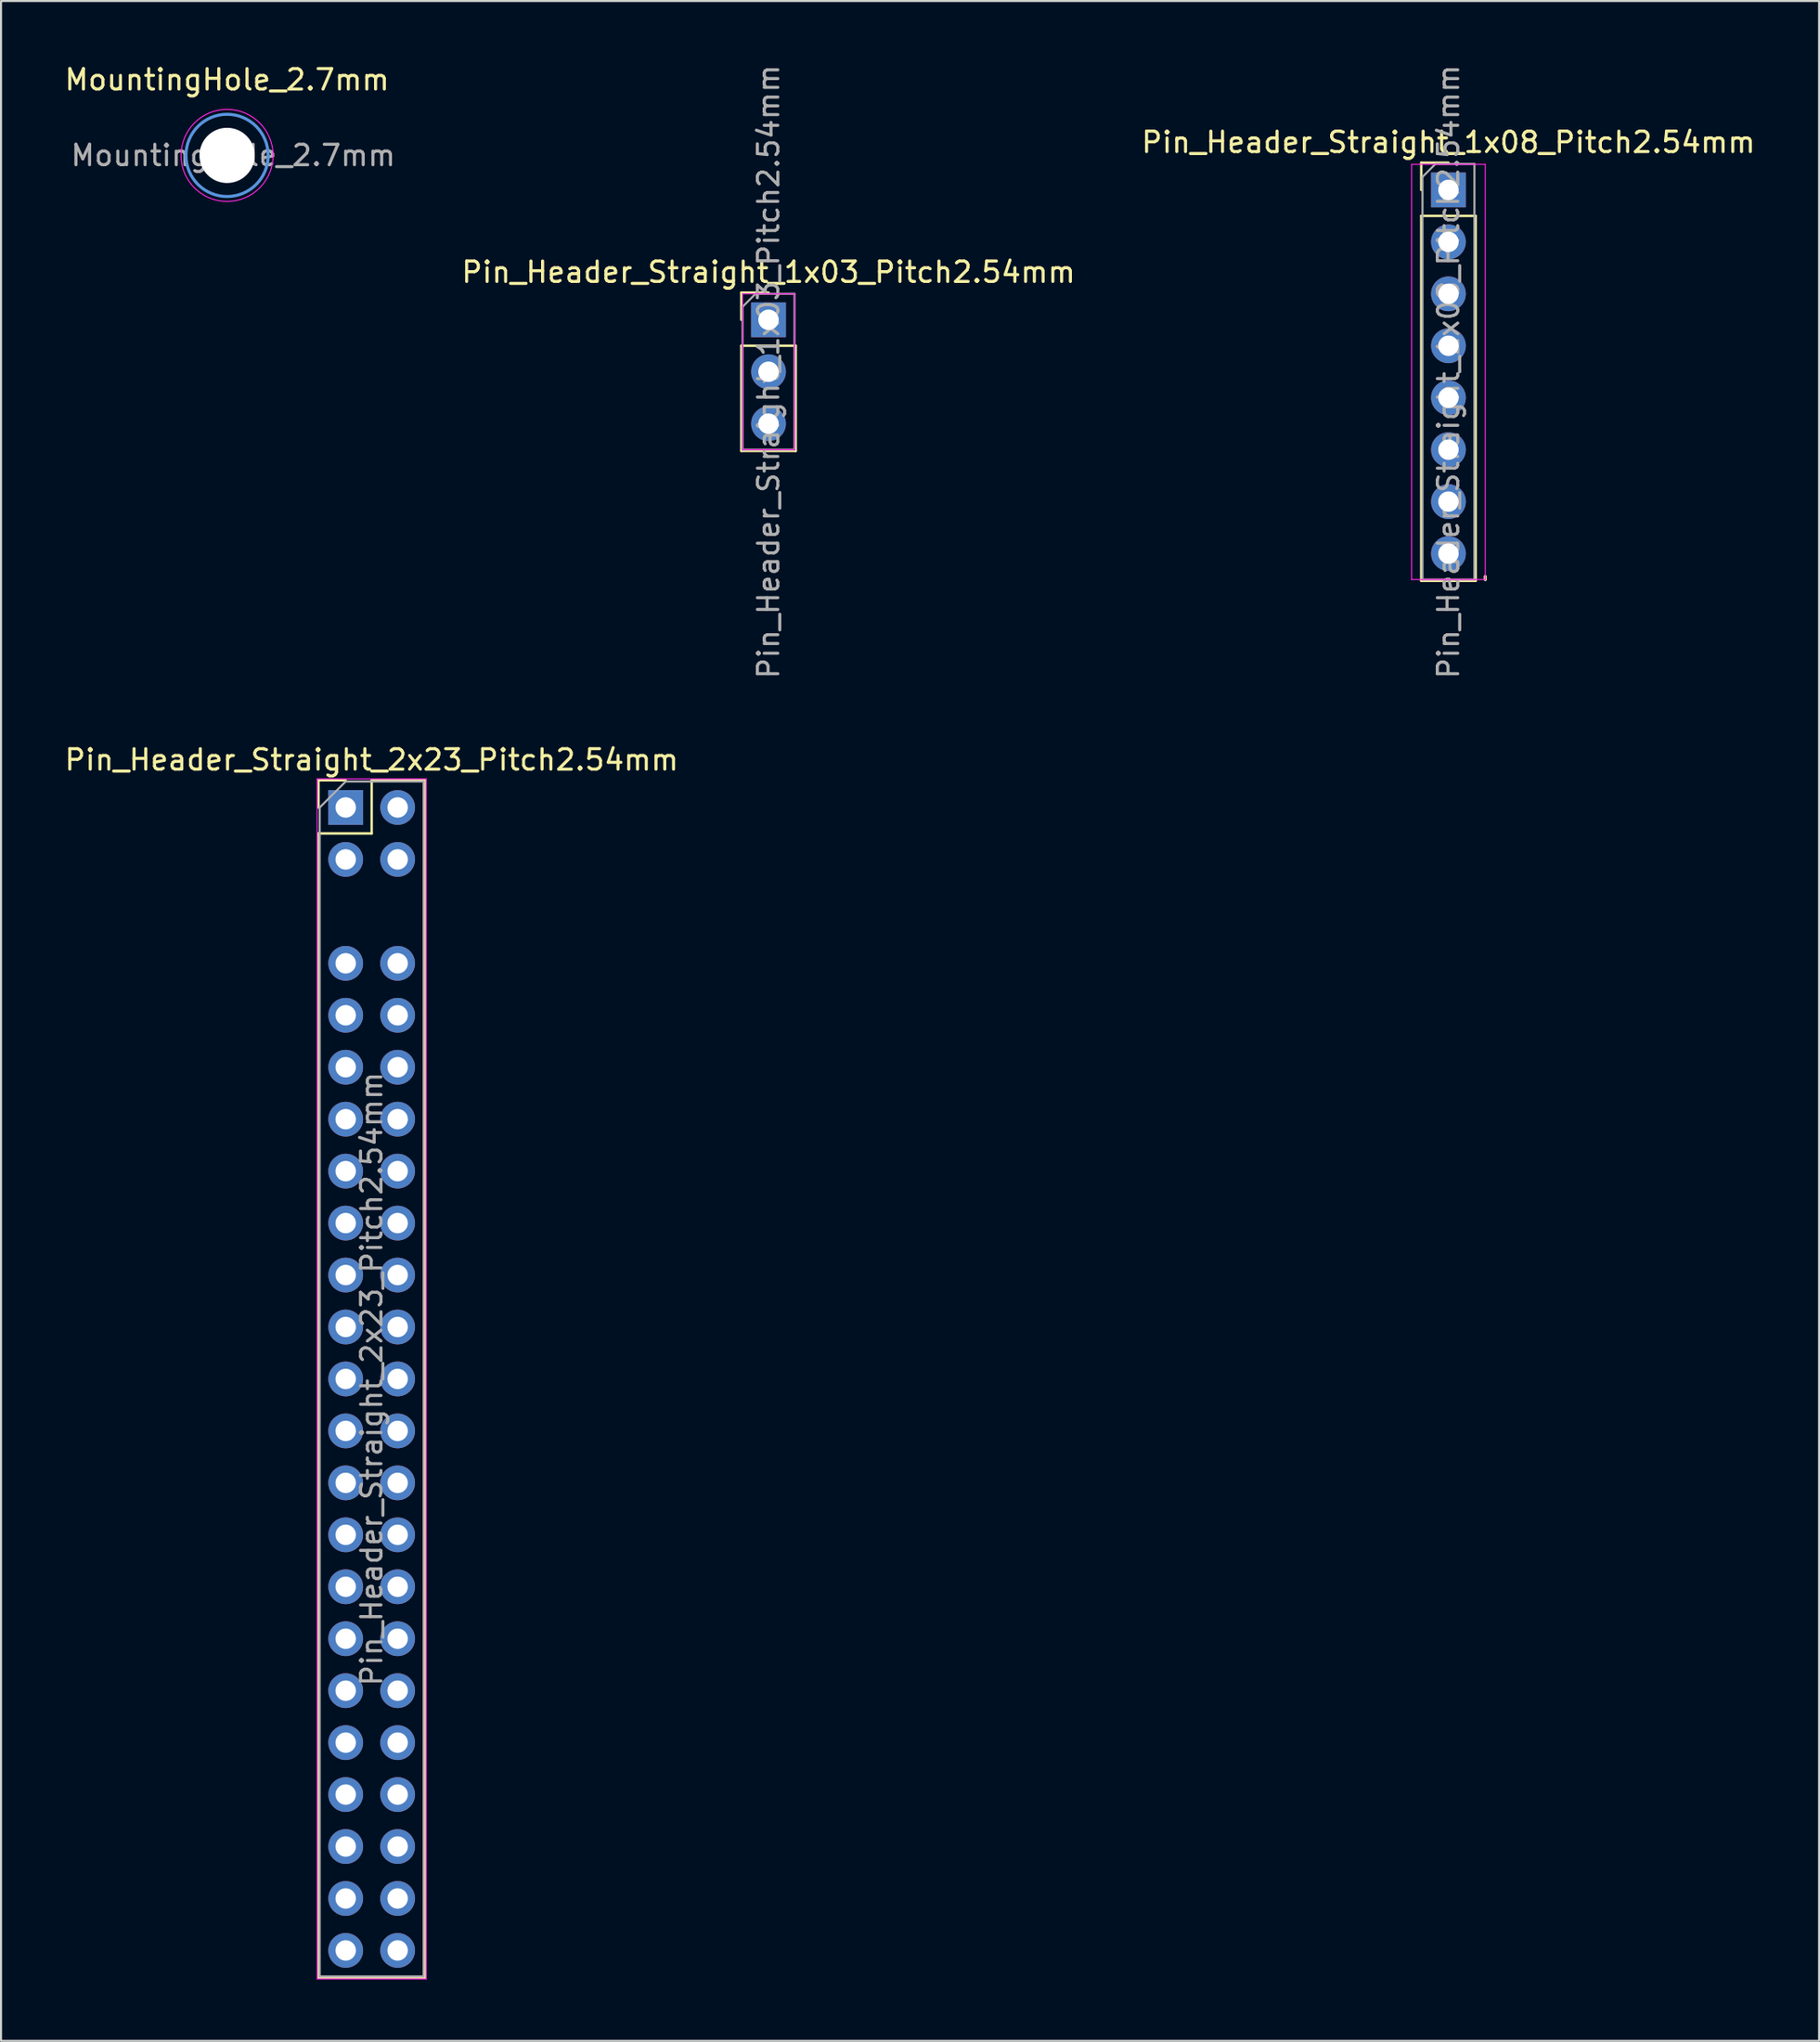
<source format=kicad_pcb>
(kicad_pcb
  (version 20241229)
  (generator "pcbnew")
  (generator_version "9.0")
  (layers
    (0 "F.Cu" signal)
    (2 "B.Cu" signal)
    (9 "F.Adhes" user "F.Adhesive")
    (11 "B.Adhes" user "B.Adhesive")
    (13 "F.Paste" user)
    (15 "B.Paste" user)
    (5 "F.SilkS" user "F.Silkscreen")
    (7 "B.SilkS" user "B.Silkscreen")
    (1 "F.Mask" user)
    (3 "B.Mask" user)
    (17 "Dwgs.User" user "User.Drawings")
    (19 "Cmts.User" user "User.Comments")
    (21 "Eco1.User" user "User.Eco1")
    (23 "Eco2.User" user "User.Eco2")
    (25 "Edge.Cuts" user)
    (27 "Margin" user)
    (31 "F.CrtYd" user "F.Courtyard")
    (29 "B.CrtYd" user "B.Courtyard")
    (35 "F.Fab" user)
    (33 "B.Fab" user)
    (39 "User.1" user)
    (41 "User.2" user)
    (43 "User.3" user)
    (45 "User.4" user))
  (footprint "Pin_Header_Straight_1x08_Pitch2.54mm"
    (layer "F.Cu")
    (at 67.782 6.235)
    (property "Reference" "Pin_Header_Straight_1x08_Pitch2.54mm" (at 0 -2.33 0) (layer "F.SilkS") (effects (font (size 1 1) (thickness 0.15))))
    (attr through_hole)
    (fp_line (start -1.33 -1.33) (end 0 -1.33) (stroke (width 0.12) (type solid)) (layer "F.SilkS"))
    (fp_line (start -1.33 0) (end -1.33 -1.33) (stroke (width 0.12) (type solid)) (layer "F.SilkS"))
    (fp_line (start -1.33 1.27) (end -1.33 19.11) (stroke (width 0.12) (type solid)) (layer "F.SilkS"))
    (fp_line (start -1.33 1.27) (end 1.33 1.27) (stroke (width 0.12) (type solid)) (layer "F.SilkS"))
    (fp_line (start -1.33 19.11) (end 1.33 19.11) (stroke (width 0.12) (type solid)) (layer "F.SilkS"))
    (fp_line (start 1.33 1.27) (end 1.33 19.11) (stroke (width 0.12) (type solid)) (layer "F.SilkS"))
    (fp_line (start 1.8 19.05) (end 1.8 18.9) (stroke (width 0.15) (type solid)) (layer "F.SilkS"))
    (fp_line (start -1.8 19.05) (end -1.8 -1.25) (stroke (width 0.05) (type solid)) (layer "F.CrtYd"))
    (fp_line (start -1.8 19.05) (end 1.8 19.05) (stroke (width 0.05) (type solid)) (layer "F.CrtYd"))
    (fp_line (start 1.8 -1.25) (end -1.8 -1.25) (stroke (width 0.05) (type solid)) (layer "F.CrtYd"))
    (fp_line (start 1.8 19.05) (end 1.8 -1.25) (stroke (width 0.05) (type solid)) (layer "F.CrtYd"))
    (fp_line (start -1.27 -0.635) (end -0.635 -1.27) (stroke (width 0.1) (type solid)) (layer "F.Fab"))
    (fp_line (start -1.27 19.05) (end -1.27 -0.635) (stroke (width 0.1) (type solid)) (layer "F.Fab"))
    (fp_line (start -0.635 -1.27) (end 1.27 -1.27) (stroke (width 0.1) (type solid)) (layer "F.Fab"))
    (fp_line (start 1.27 -1.27) (end 1.27 19.05) (stroke (width 0.1) (type solid)) (layer "F.Fab"))
    (fp_line (start 1.27 19.05) (end -1.27 19.05) (stroke (width 0.1) (type solid)) (layer "F.Fab"))
    (fp_text user "${REFERENCE}" (at 0 8.89 90) (layer "F.Fab") (effects (font (size 1 1) (thickness 0.15))))
    (pad "1" thru_hole rect (at 0 0) (size 1.7 1.7) (drill 1) (layers "*.Cu" "*.Mask"))
    (pad "2" thru_hole oval (at 0 2.54) (size 1.7 1.7) (drill 1) (layers "*.Cu" "*.Mask"))
    (pad "3" thru_hole oval (at 0 5.08) (size 1.7 1.7) (drill 1) (layers "*.Cu" "*.Mask"))
    (pad "4" thru_hole oval (at 0 7.62) (size 1.7 1.7) (drill 1) (layers "*.Cu" "*.Mask"))
    (pad "5" thru_hole oval (at 0 10.16) (size 1.7 1.7) (drill 1) (layers "*.Cu" "*.Mask"))
    (pad "6" thru_hole oval (at 0 12.7) (size 1.7 1.7) (drill 1) (layers "*.Cu" "*.Mask"))
    (pad "7" thru_hole oval (at 0 15.24) (size 1.7 1.7) (drill 1) (layers "*.Cu" "*.Mask"))
    (pad "8" thru_hole oval (at 0 17.78) (size 1.7 1.7) (drill 1) (layers "*.Cu" "*.Mask")))
  (footprint "MountingHole_2.7mm"
    (layer "F.Cu")
    (at 8.054 4.548)
    (property "Reference" "MountingHole_2.7mm" (at 0 -3.7 0) (layer "F.SilkS") (effects (font (size 1 1) (thickness 0.15))))
    (attr exclude_from_pos_files exclude_from_bom)
    (fp_circle (center 0 0) (end 2.01 0) (stroke (width 0.15) (type solid)) (fill no) (layer "Cmts.User"))
    (fp_circle (center 0 0) (end 2.25 0) (stroke (width 0.05) (type solid)) (fill no) (layer "F.CrtYd"))
    (fp_text user "${REFERENCE}" (at 0.3 0 0) (layer "F.Fab") (effects (font (size 1 1) (thickness 0.15))))
    (pad "" np_thru_hole circle (at 0 0) (size 2.7 2.7) (drill 2.7) (layers "*.Cu" "*.Mask")))
  (footprint "Pin_Header_Straight_2x23_Pitch2.54mm"
    (layer "F.Cu")
    (at 13.855 36.428)
    (property "Reference" "Pin_Header_Straight_2x23_Pitch2.54mm" (at 1.27 -2.33 0) (layer "F.SilkS") (effects (font (size 1 1) (thickness 0.15))))
    (attr through_hole)
    (fp_line (start -1.33 -1.33) (end 0 -1.33) (stroke (width 0.12) (type solid)) (layer "F.SilkS"))
    (fp_line (start -1.33 0) (end -1.33 -1.33) (stroke (width 0.12) (type solid)) (layer "F.SilkS"))
    (fp_line (start -1.33 1.27) (end -1.33 57.21) (stroke (width 0.12) (type solid)) (layer "F.SilkS"))
    (fp_line (start -1.33 1.27) (end 1.27 1.27) (stroke (width 0.12) (type solid)) (layer "F.SilkS"))
    (fp_line (start -1.33 57.21) (end 3.87 57.21) (stroke (width 0.12) (type solid)) (layer "F.SilkS"))
    (fp_line (start 1.27 -1.33) (end 3.87 -1.33) (stroke (width 0.12) (type solid)) (layer "F.SilkS"))
    (fp_line (start 1.27 1.27) (end 1.27 -1.33) (stroke (width 0.12) (type solid)) (layer "F.SilkS"))
    (fp_line (start 3.87 -1.33) (end 3.87 57.21) (stroke (width 0.12) (type solid)) (layer "F.SilkS"))
    (fp_line (start -1.397 -1.397) (end 3.937 -1.397) (stroke (width 0.05) (type solid)) (layer "F.CrtYd"))
    (fp_line (start -1.397 57.277) (end -1.397 -1.397) (stroke (width 0.05) (type solid)) (layer "F.CrtYd"))
    (fp_line (start 3.937 -1.397) (end 3.937 57.277) (stroke (width 0.05) (type solid)) (layer "F.CrtYd"))
    (fp_line (start 3.937 57.277) (end -1.397 57.277) (stroke (width 0.05) (type solid)) (layer "F.CrtYd"))
    (fp_line (start -1.27 0) (end 0 -1.27) (stroke (width 0.1) (type solid)) (layer "F.Fab"))
    (fp_line (start -1.27 57.15) (end -1.27 0) (stroke (width 0.1) (type solid)) (layer "F.Fab"))
    (fp_line (start 0 -1.27) (end 3.81 -1.27) (stroke (width 0.1) (type solid)) (layer "F.Fab"))
    (fp_line (start 3.81 -1.27) (end 3.81 57.15) (stroke (width 0.1) (type solid)) (layer "F.Fab"))
    (fp_line (start 3.81 57.15) (end -1.27 57.15) (stroke (width 0.1) (type solid)) (layer "F.Fab"))
    (fp_text user "${REFERENCE}" (at 1.27 27.94 90) (layer "F.Fab") (effects (font (size 1 1) (thickness 0.15))))
    (pad "a1" thru_hole rect (at 0 0) (size 1.7 1.7) (drill 1) (layers "*.Cu" "*.Mask"))
    (pad "a2" thru_hole oval (at 0 2.54) (size 1.7 1.7) (drill 1) (layers "*.Cu" "*.Mask"))
    (pad "a4" thru_hole oval (at 0 7.62) (size 1.7 1.7) (drill 1) (layers "*.Cu" "*.Mask"))
    (pad "a5" thru_hole oval (at 0 10.16) (size 1.7 1.7) (drill 1) (layers "*.Cu" "*.Mask"))
    (pad "a6" thru_hole oval (at 0 12.7) (size 1.7 1.7) (drill 1) (layers "*.Cu" "*.Mask"))
    (pad "a7" thru_hole oval (at 0 15.24) (size 1.7 1.7) (drill 1) (layers "*.Cu" "*.Mask"))
    (pad "a8" thru_hole oval (at 0 17.78) (size 1.7 1.7) (drill 1) (layers "*.Cu" "*.Mask"))
    (pad "a9" thru_hole oval (at 0 20.32) (size 1.7 1.7) (drill 1) (layers "*.Cu" "*.Mask"))
    (pad "a10" thru_hole oval (at 0 22.86) (size 1.7 1.7) (drill 1) (layers "*.Cu" "*.Mask"))
    (pad "a11" thru_hole oval (at 0 25.4) (size 1.7 1.7) (drill 1) (layers "*.Cu" "*.Mask"))
    (pad "a12" thru_hole oval (at 0 27.94) (size 1.7 1.7) (drill 1) (layers "*.Cu" "*.Mask"))
    (pad "a13" thru_hole oval (at 0 30.48) (size 1.7 1.7) (drill 1) (layers "*.Cu" "*.Mask"))
    (pad "a14" thru_hole oval (at 0 33.02) (size 1.7 1.7) (drill 1) (layers "*.Cu" "*.Mask"))
    (pad "a15" thru_hole oval (at 0 35.56) (size 1.7 1.7) (drill 1) (layers "*.Cu" "*.Mask"))
    (pad "a16" thru_hole oval (at 0 38.1) (size 1.7 1.7) (drill 1) (layers "*.Cu" "*.Mask"))
    (pad "a17" thru_hole oval (at 0 40.64) (size 1.7 1.7) (drill 1) (layers "*.Cu" "*.Mask"))
    (pad "a18" thru_hole oval (at 0 43.18) (size 1.7 1.7) (drill 1) (layers "*.Cu" "*.Mask"))
    (pad "a19" thru_hole oval (at 0 45.72) (size 1.7 1.7) (drill 1) (layers "*.Cu" "*.Mask"))
    (pad "a20" thru_hole oval (at 0 48.26) (size 1.7 1.7) (drill 1) (layers "*.Cu" "*.Mask"))
    (pad "a21" thru_hole oval (at 0 50.8) (size 1.7 1.7) (drill 1) (layers "*.Cu" "*.Mask"))
    (pad "a22" thru_hole oval (at 0 53.34) (size 1.7 1.7) (drill 1) (layers "*.Cu" "*.Mask"))
    (pad "a23" thru_hole oval (at 0 55.88) (size 1.7 1.7) (drill 1) (layers "*.Cu" "*.Mask"))
    (pad "b1" thru_hole oval (at 2.54 0) (size 1.7 1.7) (drill 1) (layers "*.Cu" "*.Mask"))
    (pad "b2" thru_hole oval (at 2.54 2.54) (size 1.7 1.7) (drill 1) (layers "*.Cu" "*.Mask"))
    (pad "b4" thru_hole oval (at 2.54 7.62) (size 1.7 1.7) (drill 1) (layers "*.Cu" "*.Mask"))
    (pad "b5" thru_hole oval (at 2.54 10.16) (size 1.7 1.7) (drill 1) (layers "*.Cu" "*.Mask"))
    (pad "b6" thru_hole oval (at 2.54 12.7) (size 1.7 1.7) (drill 1) (layers "*.Cu" "*.Mask"))
    (pad "b7" thru_hole oval (at 2.54 15.24) (size 1.7 1.7) (drill 1) (layers "*.Cu" "*.Mask"))
    (pad "b8" thru_hole oval (at 2.54 17.78) (size 1.7 1.7) (drill 1) (layers "*.Cu" "*.Mask"))
    (pad "b9" thru_hole oval (at 2.54 20.32) (size 1.7 1.7) (drill 1) (layers "*.Cu" "*.Mask"))
    (pad "b10" thru_hole oval (at 2.54 22.86) (size 1.7 1.7) (drill 1) (layers "*.Cu" "*.Mask"))
    (pad "b11" thru_hole oval (at 2.54 25.4) (size 1.7 1.7) (drill 1) (layers "*.Cu" "*.Mask"))
    (pad "b12" thru_hole oval (at 2.54 27.94) (size 1.7 1.7) (drill 1) (layers "*.Cu" "*.Mask"))
    (pad "b13" thru_hole oval (at 2.54 30.48) (size 1.7 1.7) (drill 1) (layers "*.Cu" "*.Mask"))
    (pad "b14" thru_hole oval (at 2.54 33.02) (size 1.7 1.7) (drill 1) (layers "*.Cu" "*.Mask"))
    (pad "b15" thru_hole oval (at 2.54 35.56) (size 1.7 1.7) (drill 1) (layers "*.Cu" "*.Mask"))
    (pad "b16" thru_hole oval (at 2.54 38.1) (size 1.7 1.7) (drill 1) (layers "*.Cu" "*.Mask"))
    (pad "b17" thru_hole oval (at 2.54 40.64) (size 1.7 1.7) (drill 1) (layers "*.Cu" "*.Mask"))
    (pad "b18" thru_hole oval (at 2.54 43.18) (size 1.7 1.7) (drill 1) (layers "*.Cu" "*.Mask"))
    (pad "b19" thru_hole oval (at 2.54 45.72) (size 1.7 1.7) (drill 1) (layers "*.Cu" "*.Mask"))
    (pad "b20" thru_hole oval (at 2.54 48.26) (size 1.7 1.7) (drill 1) (layers "*.Cu" "*.Mask"))
    (pad "b21" thru_hole oval (at 2.54 50.8) (size 1.7 1.7) (drill 1) (layers "*.Cu" "*.Mask"))
    (pad "b22" thru_hole oval (at 2.54 53.34) (size 1.7 1.7) (drill 1) (layers "*.Cu" "*.Mask"))
    (pad "b23" thru_hole oval (at 2.54 55.88) (size 1.7 1.7) (drill 1) (layers "*.Cu" "*.Mask")))
  (footprint "Pin_Header_Straight_1x03_Pitch2.54mm"
    (layer "F.Cu")
    (at 34.532 12.585)
    (property "Reference" "Pin_Header_Straight_1x03_Pitch2.54mm" (at 0 -2.33 0) (layer "F.SilkS") (effects (font (size 1 1) (thickness 0.15))))
    (attr through_hole)
    (fp_line (start -1.33 -1.33) (end 0 -1.33) (stroke (width 0.12) (type solid)) (layer "F.SilkS"))
    (fp_line (start -1.33 0) (end -1.33 -1.33) (stroke (width 0.12) (type solid)) (layer "F.SilkS"))
    (fp_line (start -1.33 1.27) (end -1.33 6.41) (stroke (width 0.12) (type solid)) (layer "F.SilkS"))
    (fp_line (start -1.33 1.27) (end 1.33 1.27) (stroke (width 0.12) (type solid)) (layer "F.SilkS"))
    (fp_line (start -1.33 6.41) (end 1.33 6.41) (stroke (width 0.12) (type solid)) (layer "F.SilkS"))
    (fp_line (start 1.33 1.27) (end 1.33 6.41) (stroke (width 0.12) (type solid)) (layer "F.SilkS"))
    (fp_line (start -1.27 -1.27) (end 1.27 -1.27) (stroke (width 0.05) (type solid)) (layer "F.CrtYd"))
    (fp_line (start -1.27 6.35) (end -1.27 -1.27) (stroke (width 0.05) (type solid)) (layer "F.CrtYd"))
    (fp_line (start 1.27 -1.27) (end 1.27 6.35) (stroke (width 0.05) (type solid)) (layer "F.CrtYd"))
    (fp_line (start 1.27 6.35) (end -1.27 6.35) (stroke (width 0.05) (type solid)) (layer "F.CrtYd"))
    (fp_line (start -1.27 -0.635) (end -0.635 -1.27) (stroke (width 0.1) (type solid)) (layer "F.Fab"))
    (fp_line (start -1.27 6.35) (end -1.27 -0.635) (stroke (width 0.1) (type solid)) (layer "F.Fab"))
    (fp_line (start -0.635 -1.27) (end 1.27 -1.27) (stroke (width 0.1) (type solid)) (layer "F.Fab"))
    (fp_line (start 1.27 -1.27) (end 1.27 6.35) (stroke (width 0.1) (type solid)) (layer "F.Fab"))
    (fp_line (start 1.27 6.35) (end -1.27 6.35) (stroke (width 0.1) (type solid)) (layer "F.Fab"))
    (fp_text user "${REFERENCE}" (at 0 2.54 90) (layer "F.Fab") (effects (font (size 1 1) (thickness 0.15))))
    (pad "1" thru_hole rect (at 0 0) (size 1.7 1.7) (drill 1) (layers "*.Cu" "*.Mask"))
    (pad "2" thru_hole oval (at 0 2.54) (size 1.7 1.7) (drill 1) (layers "*.Cu" "*.Mask"))
    (pad "3" thru_hole oval (at 0 5.08) (size 1.7 1.7) (drill 1) (layers "*.Cu" "*.Mask")))
  (gr_rect
    (start -3 -3)
    (end 85.907 96.73)
    (stroke (width 0.1) (type default))
    (fill no)
    (layer "Edge.Cuts")))
</source>
